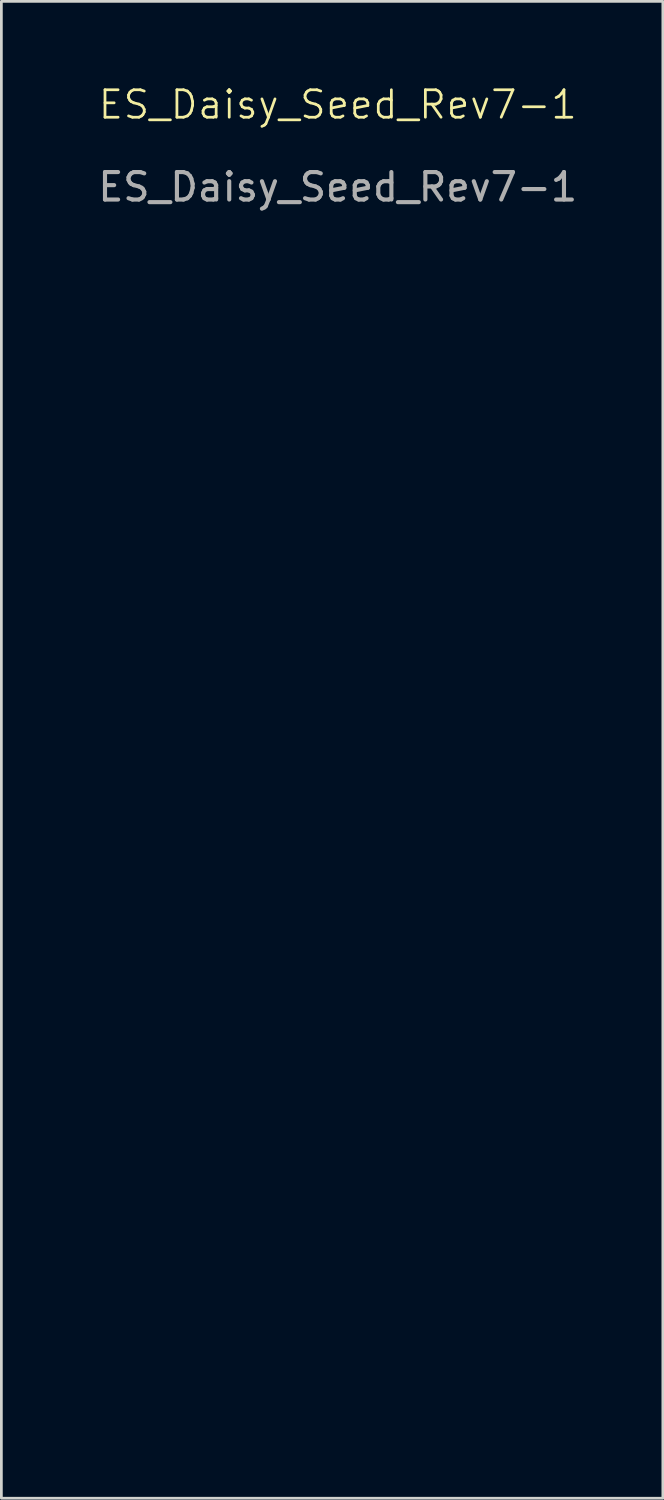
<source format=kicad_pcb>
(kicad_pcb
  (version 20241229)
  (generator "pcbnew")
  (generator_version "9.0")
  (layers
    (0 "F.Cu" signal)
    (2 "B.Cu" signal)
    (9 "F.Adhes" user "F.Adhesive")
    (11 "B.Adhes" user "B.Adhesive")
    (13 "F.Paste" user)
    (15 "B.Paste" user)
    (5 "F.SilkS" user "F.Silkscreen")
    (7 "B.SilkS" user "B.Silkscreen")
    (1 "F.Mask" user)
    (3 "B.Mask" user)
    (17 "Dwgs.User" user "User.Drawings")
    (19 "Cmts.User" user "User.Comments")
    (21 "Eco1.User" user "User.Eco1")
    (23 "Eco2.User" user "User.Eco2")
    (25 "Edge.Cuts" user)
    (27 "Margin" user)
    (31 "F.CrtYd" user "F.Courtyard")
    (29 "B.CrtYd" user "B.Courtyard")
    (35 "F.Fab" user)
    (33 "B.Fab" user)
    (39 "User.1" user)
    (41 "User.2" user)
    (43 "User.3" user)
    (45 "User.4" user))
  (footprint "ES_Daisy_Seed_Rev7-1"
    (layer "F.Cu")
    (at 0.25 48.261)
    (property "Reference" "ES_Daisy_Seed_Rev7-1" (at 9 -47.5 0) (unlocked yes) (layer "F.SilkS") (effects (font (size 1 1) (thickness 0.1))))
    (attr through_hole)
    (fp_text user "${REFERENCE}" (at 9 -44.5 0) (unlocked yes) (layer "F.Fab") (effects (font (size 1 1) (thickness 0.15)))))
  (gr_rect
    (start -3 -3)
    (end 21.089 51.511)
    (stroke (width 0.1) (type default))
    (fill no)
    (layer "Edge.Cuts")))
</source>
